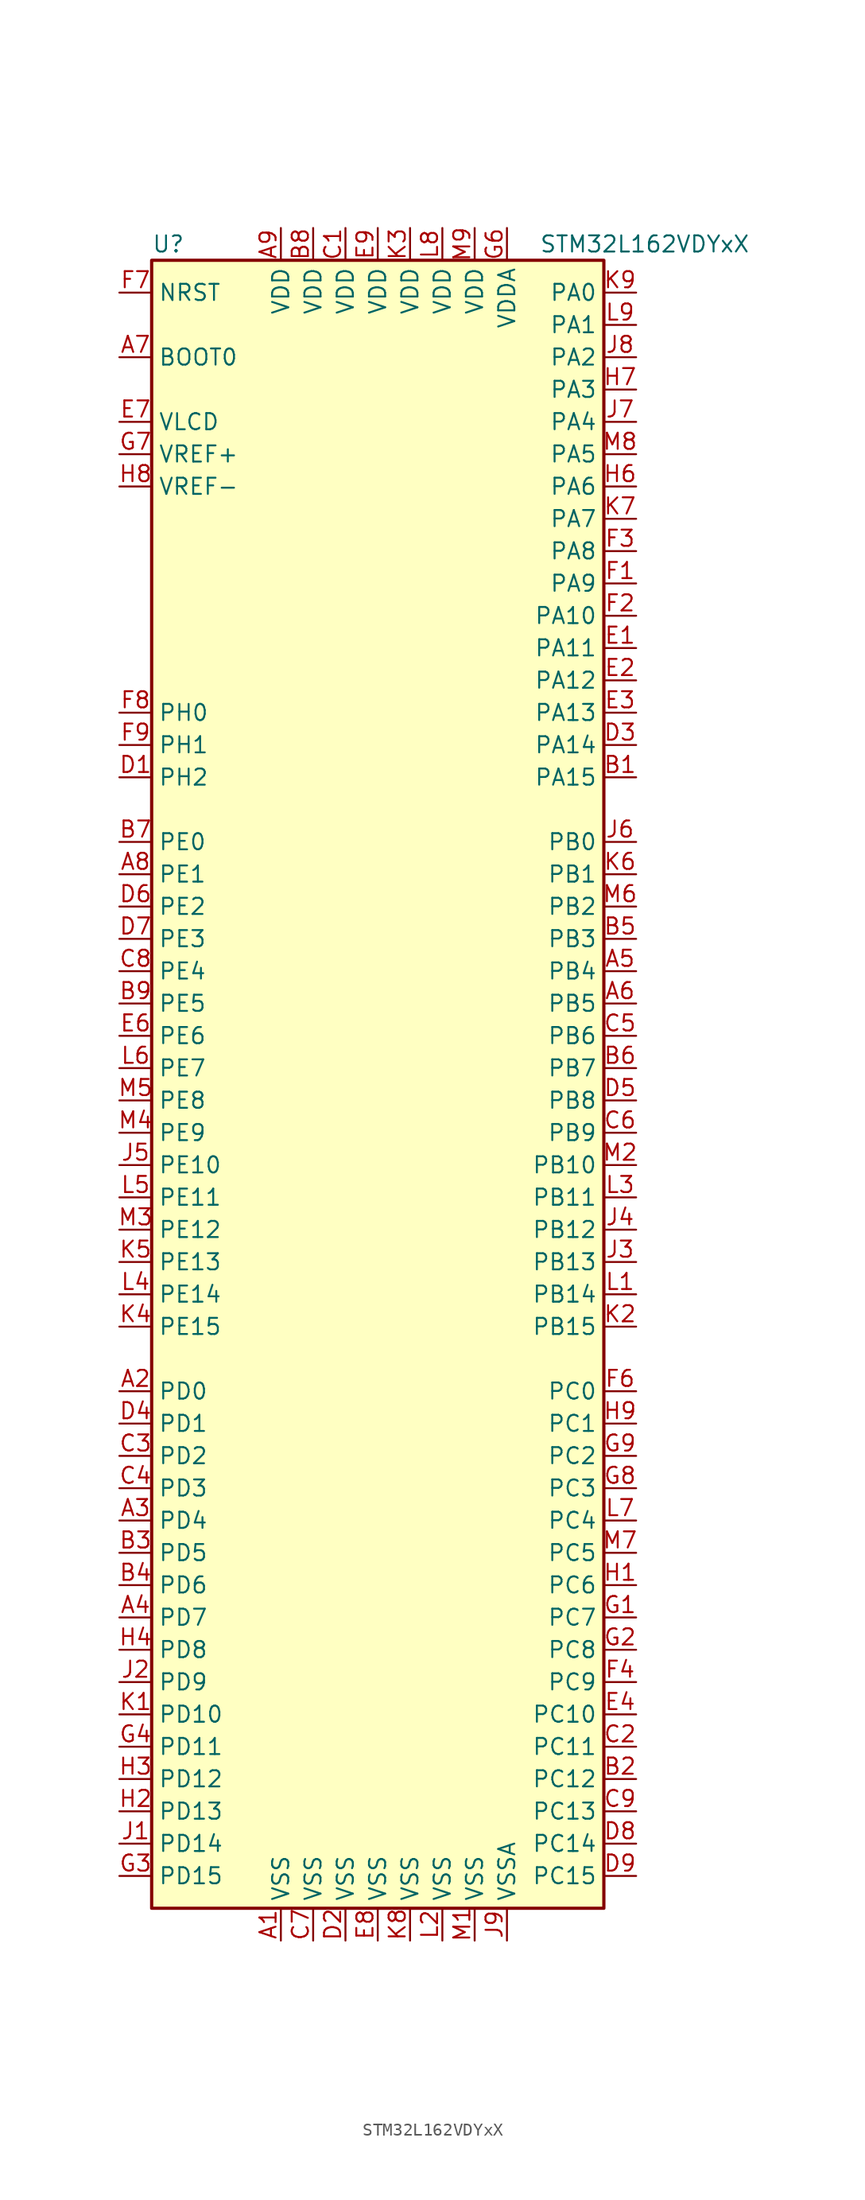
<source format=kicad_sym>
(kicad_symbol_lib
  (version 20201005)
  (generator kicad_symbol_editor)
  (symbol "STM32L162VDYxX"
    (property "Reference" "U"
      (at -17.78 64.77 0)
      (effects (font (size 1.27 1.27)) (justify left)))
    (property "Value" "STM32L162VDYxX"
      (at 12.7 64.77 0)
      (effects (font (size 1.27 1.27)) (justify left)))
    (symbol "STM32L162VDYxX_0_1"
      (rectangle (start -17.78 -66.04) (end 17.78 63.5) (stroke (width 0.254)) (fill (type background))))
    (symbol "STM32L162VDYxX_1_1"
      (pin input line (at -20.32 55.88 0) (length 2.54) (name "BOOT0" (effects (font (size 1.27 1.27)))) (number "A7" (effects (font (size 1.27 1.27)))))
      (pin input line (at -20.32 60.96 0) (length 2.54) (name "NRST" (effects (font (size 1.27 1.27)))) (number "F7" (effects (font (size 1.27 1.27)))))
      (pin bidirectional line (at 20.32 60.96 180) (length 2.54) (name "PA0" (effects (font (size 1.27 1.27)))) (number "K9" (effects (font (size 1.27 1.27)))))
      (pin bidirectional line (at 20.32 58.42 180) (length 2.54) (name "PA1" (effects (font (size 1.27 1.27)))) (number "L9" (effects (font (size 1.27 1.27)))))
      (pin bidirectional line (at 20.32 35.56 180) (length 2.54) (name "PA10" (effects (font (size 1.27 1.27)))) (number "F2" (effects (font (size 1.27 1.27)))))
      (pin bidirectional line (at 20.32 33.02 180) (length 2.54) (name "PA11" (effects (font (size 1.27 1.27)))) (number "E1" (effects (font (size 1.27 1.27)))))
      (pin bidirectional line (at 20.32 30.48 180) (length 2.54) (name "PA12" (effects (font (size 1.27 1.27)))) (number "E2" (effects (font (size 1.27 1.27)))))
      (pin bidirectional line (at 20.32 27.94 180) (length 2.54) (name "PA13" (effects (font (size 1.27 1.27)))) (number "E3" (effects (font (size 1.27 1.27)))))
      (pin bidirectional line (at 20.32 25.4 180) (length 2.54) (name "PA14" (effects (font (size 1.27 1.27)))) (number "D3" (effects (font (size 1.27 1.27)))))
      (pin bidirectional line (at 20.32 22.86 180) (length 2.54) (name "PA15" (effects (font (size 1.27 1.27)))) (number "B1" (effects (font (size 1.27 1.27)))))
      (pin bidirectional line (at 20.32 55.88 180) (length 2.54) (name "PA2" (effects (font (size 1.27 1.27)))) (number "J8" (effects (font (size 1.27 1.27)))))
      (pin bidirectional line (at 20.32 53.34 180) (length 2.54) (name "PA3" (effects (font (size 1.27 1.27)))) (number "H7" (effects (font (size 1.27 1.27)))))
      (pin bidirectional line (at 20.32 50.8 180) (length 2.54) (name "PA4" (effects (font (size 1.27 1.27)))) (number "J7" (effects (font (size 1.27 1.27)))))
      (pin bidirectional line (at 20.32 48.26 180) (length 2.54) (name "PA5" (effects (font (size 1.27 1.27)))) (number "M8" (effects (font (size 1.27 1.27)))))
      (pin bidirectional line (at 20.32 45.72 180) (length 2.54) (name "PA6" (effects (font (size 1.27 1.27)))) (number "H6" (effects (font (size 1.27 1.27)))))
      (pin bidirectional line (at 20.32 43.18 180) (length 2.54) (name "PA7" (effects (font (size 1.27 1.27)))) (number "K7" (effects (font (size 1.27 1.27)))))
      (pin bidirectional line (at 20.32 40.64 180) (length 2.54) (name "PA8" (effects (font (size 1.27 1.27)))) (number "F3" (effects (font (size 1.27 1.27)))))
      (pin bidirectional line (at 20.32 38.1 180) (length 2.54) (name "PA9" (effects (font (size 1.27 1.27)))) (number "F1" (effects (font (size 1.27 1.27)))))
      (pin bidirectional line (at 20.32 17.78 180) (length 2.54) (name "PB0" (effects (font (size 1.27 1.27)))) (number "J6" (effects (font (size 1.27 1.27)))))
      (pin bidirectional line (at 20.32 15.24 180) (length 2.54) (name "PB1" (effects (font (size 1.27 1.27)))) (number "K6" (effects (font (size 1.27 1.27)))))
      (pin bidirectional line (at 20.32 -7.62 180) (length 2.54) (name "PB10" (effects (font (size 1.27 1.27)))) (number "M2" (effects (font (size 1.27 1.27)))))
      (pin bidirectional line (at 20.32 -10.16 180) (length 2.54) (name "PB11" (effects (font (size 1.27 1.27)))) (number "L3" (effects (font (size 1.27 1.27)))))
      (pin bidirectional line (at 20.32 -12.7 180) (length 2.54) (name "PB12" (effects (font (size 1.27 1.27)))) (number "J4" (effects (font (size 1.27 1.27)))))
      (pin bidirectional line (at 20.32 -15.24 180) (length 2.54) (name "PB13" (effects (font (size 1.27 1.27)))) (number "J3" (effects (font (size 1.27 1.27)))))
      (pin bidirectional line (at 20.32 -17.78 180) (length 2.54) (name "PB14" (effects (font (size 1.27 1.27)))) (number "L1" (effects (font (size 1.27 1.27)))))
      (pin bidirectional line (at 20.32 -20.32 180) (length 2.54) (name "PB15" (effects (font (size 1.27 1.27)))) (number "K2" (effects (font (size 1.27 1.27)))))
      (pin bidirectional line (at 20.32 12.7 180) (length 2.54) (name "PB2" (effects (font (size 1.27 1.27)))) (number "M6" (effects (font (size 1.27 1.27)))))
      (pin bidirectional line (at 20.32 10.16 180) (length 2.54) (name "PB3" (effects (font (size 1.27 1.27)))) (number "B5" (effects (font (size 1.27 1.27)))))
      (pin bidirectional line (at 20.32 7.62 180) (length 2.54) (name "PB4" (effects (font (size 1.27 1.27)))) (number "A5" (effects (font (size 1.27 1.27)))))
      (pin bidirectional line (at 20.32 5.08 180) (length 2.54) (name "PB5" (effects (font (size 1.27 1.27)))) (number "A6" (effects (font (size 1.27 1.27)))))
      (pin bidirectional line (at 20.32 2.54 180) (length 2.54) (name "PB6" (effects (font (size 1.27 1.27)))) (number "C5" (effects (font (size 1.27 1.27)))))
      (pin bidirectional line (at 20.32 0 180) (length 2.54) (name "PB7" (effects (font (size 1.27 1.27)))) (number "B6" (effects (font (size 1.27 1.27)))))
      (pin bidirectional line (at 20.32 -2.54 180) (length 2.54) (name "PB8" (effects (font (size 1.27 1.27)))) (number "D5" (effects (font (size 1.27 1.27)))))
      (pin bidirectional line (at 20.32 -5.08 180) (length 2.54) (name "PB9" (effects (font (size 1.27 1.27)))) (number "C6" (effects (font (size 1.27 1.27)))))
      (pin bidirectional line (at 20.32 -25.4 180) (length 2.54) (name "PC0" (effects (font (size 1.27 1.27)))) (number "F6" (effects (font (size 1.27 1.27)))))
      (pin bidirectional line (at 20.32 -27.94 180) (length 2.54) (name "PC1" (effects (font (size 1.27 1.27)))) (number "H9" (effects (font (size 1.27 1.27)))))
      (pin bidirectional line (at 20.32 -50.8 180) (length 2.54) (name "PC10" (effects (font (size 1.27 1.27)))) (number "E4" (effects (font (size 1.27 1.27)))))
      (pin bidirectional line (at 20.32 -53.34 180) (length 2.54) (name "PC11" (effects (font (size 1.27 1.27)))) (number "C2" (effects (font (size 1.27 1.27)))))
      (pin bidirectional line (at 20.32 -55.88 180) (length 2.54) (name "PC12" (effects (font (size 1.27 1.27)))) (number "B2" (effects (font (size 1.27 1.27)))))
      (pin bidirectional line (at 20.32 -58.42 180) (length 2.54) (name "PC13" (effects (font (size 1.27 1.27)))) (number "C9" (effects (font (size 1.27 1.27)))))
      (pin bidirectional line (at 20.32 -60.96 180) (length 2.54) (name "PC14" (effects (font (size 1.27 1.27)))) (number "D8" (effects (font (size 1.27 1.27)))))
      (pin bidirectional line (at 20.32 -63.5 180) (length 2.54) (name "PC15" (effects (font (size 1.27 1.27)))) (number "D9" (effects (font (size 1.27 1.27)))))
      (pin bidirectional line (at 20.32 -30.48 180) (length 2.54) (name "PC2" (effects (font (size 1.27 1.27)))) (number "G9" (effects (font (size 1.27 1.27)))))
      (pin bidirectional line (at 20.32 -33.02 180) (length 2.54) (name "PC3" (effects (font (size 1.27 1.27)))) (number "G8" (effects (font (size 1.27 1.27)))))
      (pin bidirectional line (at 20.32 -35.56 180) (length 2.54) (name "PC4" (effects (font (size 1.27 1.27)))) (number "L7" (effects (font (size 1.27 1.27)))))
      (pin bidirectional line (at 20.32 -38.1 180) (length 2.54) (name "PC5" (effects (font (size 1.27 1.27)))) (number "M7" (effects (font (size 1.27 1.27)))))
      (pin bidirectional line (at 20.32 -40.64 180) (length 2.54) (name "PC6" (effects (font (size 1.27 1.27)))) (number "H1" (effects (font (size 1.27 1.27)))))
      (pin bidirectional line (at 20.32 -43.18 180) (length 2.54) (name "PC7" (effects (font (size 1.27 1.27)))) (number "G1" (effects (font (size 1.27 1.27)))))
      (pin bidirectional line (at 20.32 -45.72 180) (length 2.54) (name "PC8" (effects (font (size 1.27 1.27)))) (number "G2" (effects (font (size 1.27 1.27)))))
      (pin bidirectional line (at 20.32 -48.26 180) (length 2.54) (name "PC9" (effects (font (size 1.27 1.27)))) (number "F4" (effects (font (size 1.27 1.27)))))
      (pin bidirectional line (at -20.32 -25.4 0) (length 2.54) (name "PD0" (effects (font (size 1.27 1.27)))) (number "A2" (effects (font (size 1.27 1.27)))))
      (pin bidirectional line (at -20.32 -27.94 0) (length 2.54) (name "PD1" (effects (font (size 1.27 1.27)))) (number "D4" (effects (font (size 1.27 1.27)))))
      (pin bidirectional line (at -20.32 -50.8 0) (length 2.54) (name "PD10" (effects (font (size 1.27 1.27)))) (number "K1" (effects (font (size 1.27 1.27)))))
      (pin bidirectional line (at -20.32 -53.34 0) (length 2.54) (name "PD11" (effects (font (size 1.27 1.27)))) (number "G4" (effects (font (size 1.27 1.27)))))
      (pin bidirectional line (at -20.32 -55.88 0) (length 2.54) (name "PD12" (effects (font (size 1.27 1.27)))) (number "H3" (effects (font (size 1.27 1.27)))))
      (pin bidirectional line (at -20.32 -58.42 0) (length 2.54) (name "PD13" (effects (font (size 1.27 1.27)))) (number "H2" (effects (font (size 1.27 1.27)))))
      (pin bidirectional line (at -20.32 -60.96 0) (length 2.54) (name "PD14" (effects (font (size 1.27 1.27)))) (number "J1" (effects (font (size 1.27 1.27)))))
      (pin bidirectional line (at -20.32 -63.5 0) (length 2.54) (name "PD15" (effects (font (size 1.27 1.27)))) (number "G3" (effects (font (size 1.27 1.27)))))
      (pin bidirectional line (at -20.32 -30.48 0) (length 2.54) (name "PD2" (effects (font (size 1.27 1.27)))) (number "C3" (effects (font (size 1.27 1.27)))))
      (pin bidirectional line (at -20.32 -33.02 0) (length 2.54) (name "PD3" (effects (font (size 1.27 1.27)))) (number "C4" (effects (font (size 1.27 1.27)))))
      (pin bidirectional line (at -20.32 -35.56 0) (length 2.54) (name "PD4" (effects (font (size 1.27 1.27)))) (number "A3" (effects (font (size 1.27 1.27)))))
      (pin bidirectional line (at -20.32 -38.1 0) (length 2.54) (name "PD5" (effects (font (size 1.27 1.27)))) (number "B3" (effects (font (size 1.27 1.27)))))
      (pin bidirectional line (at -20.32 -40.64 0) (length 2.54) (name "PD6" (effects (font (size 1.27 1.27)))) (number "B4" (effects (font (size 1.27 1.27)))))
      (pin bidirectional line (at -20.32 -43.18 0) (length 2.54) (name "PD7" (effects (font (size 1.27 1.27)))) (number "A4" (effects (font (size 1.27 1.27)))))
      (pin bidirectional line (at -20.32 -45.72 0) (length 2.54) (name "PD8" (effects (font (size 1.27 1.27)))) (number "H4" (effects (font (size 1.27 1.27)))))
      (pin bidirectional line (at -20.32 -48.26 0) (length 2.54) (name "PD9" (effects (font (size 1.27 1.27)))) (number "J2" (effects (font (size 1.27 1.27)))))
      (pin bidirectional line (at -20.32 17.78 0) (length 2.54) (name "PE0" (effects (font (size 1.27 1.27)))) (number "B7" (effects (font (size 1.27 1.27)))))
      (pin bidirectional line (at -20.32 15.24 0) (length 2.54) (name "PE1" (effects (font (size 1.27 1.27)))) (number "A8" (effects (font (size 1.27 1.27)))))
      (pin bidirectional line (at -20.32 -7.62 0) (length 2.54) (name "PE10" (effects (font (size 1.27 1.27)))) (number "J5" (effects (font (size 1.27 1.27)))))
      (pin bidirectional line (at -20.32 -10.16 0) (length 2.54) (name "PE11" (effects (font (size 1.27 1.27)))) (number "L5" (effects (font (size 1.27 1.27)))))
      (pin bidirectional line (at -20.32 -12.7 0) (length 2.54) (name "PE12" (effects (font (size 1.27 1.27)))) (number "M3" (effects (font (size 1.27 1.27)))))
      (pin bidirectional line (at -20.32 -15.24 0) (length 2.54) (name "PE13" (effects (font (size 1.27 1.27)))) (number "K5" (effects (font (size 1.27 1.27)))))
      (pin bidirectional line (at -20.32 -17.78 0) (length 2.54) (name "PE14" (effects (font (size 1.27 1.27)))) (number "L4" (effects (font (size 1.27 1.27)))))
      (pin bidirectional line (at -20.32 -20.32 0) (length 2.54) (name "PE15" (effects (font (size 1.27 1.27)))) (number "K4" (effects (font (size 1.27 1.27)))))
      (pin bidirectional line (at -20.32 12.7 0) (length 2.54) (name "PE2" (effects (font (size 1.27 1.27)))) (number "D6" (effects (font (size 1.27 1.27)))))
      (pin bidirectional line (at -20.32 10.16 0) (length 2.54) (name "PE3" (effects (font (size 1.27 1.27)))) (number "D7" (effects (font (size 1.27 1.27)))))
      (pin bidirectional line (at -20.32 7.62 0) (length 2.54) (name "PE4" (effects (font (size 1.27 1.27)))) (number "C8" (effects (font (size 1.27 1.27)))))
      (pin bidirectional line (at -20.32 5.08 0) (length 2.54) (name "PE5" (effects (font (size 1.27 1.27)))) (number "B9" (effects (font (size 1.27 1.27)))))
      (pin bidirectional line (at -20.32 2.54 0) (length 2.54) (name "PE6" (effects (font (size 1.27 1.27)))) (number "E6" (effects (font (size 1.27 1.27)))))
      (pin bidirectional line (at -20.32 0 0) (length 2.54) (name "PE7" (effects (font (size 1.27 1.27)))) (number "L6" (effects (font (size 1.27 1.27)))))
      (pin bidirectional line (at -20.32 -2.54 0) (length 2.54) (name "PE8" (effects (font (size 1.27 1.27)))) (number "M5" (effects (font (size 1.27 1.27)))))
      (pin bidirectional line (at -20.32 -5.08 0) (length 2.54) (name "PE9" (effects (font (size 1.27 1.27)))) (number "M4" (effects (font (size 1.27 1.27)))))
      (pin input line (at -20.32 27.94 0) (length 2.54) (name "PH0" (effects (font (size 1.27 1.27)))) (number "F8" (effects (font (size 1.27 1.27)))))
      (pin input line (at -20.32 25.4 0) (length 2.54) (name "PH1" (effects (font (size 1.27 1.27)))) (number "F9" (effects (font (size 1.27 1.27)))))
      (pin bidirectional line (at -20.32 22.86 0) (length 2.54) (name "PH2" (effects (font (size 1.27 1.27)))) (number "D1" (effects (font (size 1.27 1.27)))))
      (pin power_in line (at -7.62 66.04 270) (length 2.54) (name "VDD" (effects (font (size 1.27 1.27)))) (number "A9" (effects (font (size 1.27 1.27)))))
      (pin power_in line (at -5.08 66.04 270) (length 2.54) (name "VDD" (effects (font (size 1.27 1.27)))) (number "B8" (effects (font (size 1.27 1.27)))))
      (pin power_in line (at -2.54 66.04 270) (length 2.54) (name "VDD" (effects (font (size 1.27 1.27)))) (number "C1" (effects (font (size 1.27 1.27)))))
      (pin power_in line (at 0 66.04 270) (length 2.54) (name "VDD" (effects (font (size 1.27 1.27)))) (number "E9" (effects (font (size 1.27 1.27)))))
      (pin power_in line (at 2.54 66.04 270) (length 2.54) (name "VDD" (effects (font (size 1.27 1.27)))) (number "K3" (effects (font (size 1.27 1.27)))))
      (pin power_in line (at 5.08 66.04 270) (length 2.54) (name "VDD" (effects (font (size 1.27 1.27)))) (number "L8" (effects (font (size 1.27 1.27)))))
      (pin power_in line (at 7.62 66.04 270) (length 2.54) (name "VDD" (effects (font (size 1.27 1.27)))) (number "M9" (effects (font (size 1.27 1.27)))))
      (pin power_in line (at 10.16 66.04 270) (length 2.54) (name "VDDA" (effects (font (size 1.27 1.27)))) (number "G6" (effects (font (size 1.27 1.27)))))
      (pin power_in line (at -20.32 50.8 0) (length 2.54) (name "VLCD" (effects (font (size 1.27 1.27)))) (number "E7" (effects (font (size 1.27 1.27)))))
      (pin power_in line (at -20.32 48.26 0) (length 2.54) (name "VREF+" (effects (font (size 1.27 1.27)))) (number "G7" (effects (font (size 1.27 1.27)))))
      (pin power_in line (at -20.32 45.72 0) (length 2.54) (name "VREF-" (effects (font (size 1.27 1.27)))) (number "H8" (effects (font (size 1.27 1.27)))))
      (pin power_in line (at -7.62 -68.58 90) (length 2.54) (name "VSS" (effects (font (size 1.27 1.27)))) (number "A1" (effects (font (size 1.27 1.27)))))
      (pin power_in line (at -5.08 -68.58 90) (length 2.54) (name "VSS" (effects (font (size 1.27 1.27)))) (number "C7" (effects (font (size 1.27 1.27)))))
      (pin power_in line (at -2.54 -68.58 90) (length 2.54) (name "VSS" (effects (font (size 1.27 1.27)))) (number "D2" (effects (font (size 1.27 1.27)))))
      (pin power_in line (at 0 -68.58 90) (length 2.54) (name "VSS" (effects (font (size 1.27 1.27)))) (number "E8" (effects (font (size 1.27 1.27)))))
      (pin power_in line (at 2.54 -68.58 90) (length 2.54) (name "VSS" (effects (font (size 1.27 1.27)))) (number "K8" (effects (font (size 1.27 1.27)))))
      (pin power_in line (at 5.08 -68.58 90) (length 2.54) (name "VSS" (effects (font (size 1.27 1.27)))) (number "L2" (effects (font (size 1.27 1.27)))))
      (pin power_in line (at 7.62 -68.58 90) (length 2.54) (name "VSS" (effects (font (size 1.27 1.27)))) (number "M1" (effects (font (size 1.27 1.27)))))
      (pin power_in line (at 10.16 -68.58 90) (length 2.54) (name "VSSA" (effects (font (size 1.27 1.27)))) (number "J9" (effects (font (size 1.27 1.27))))))))
</source>
